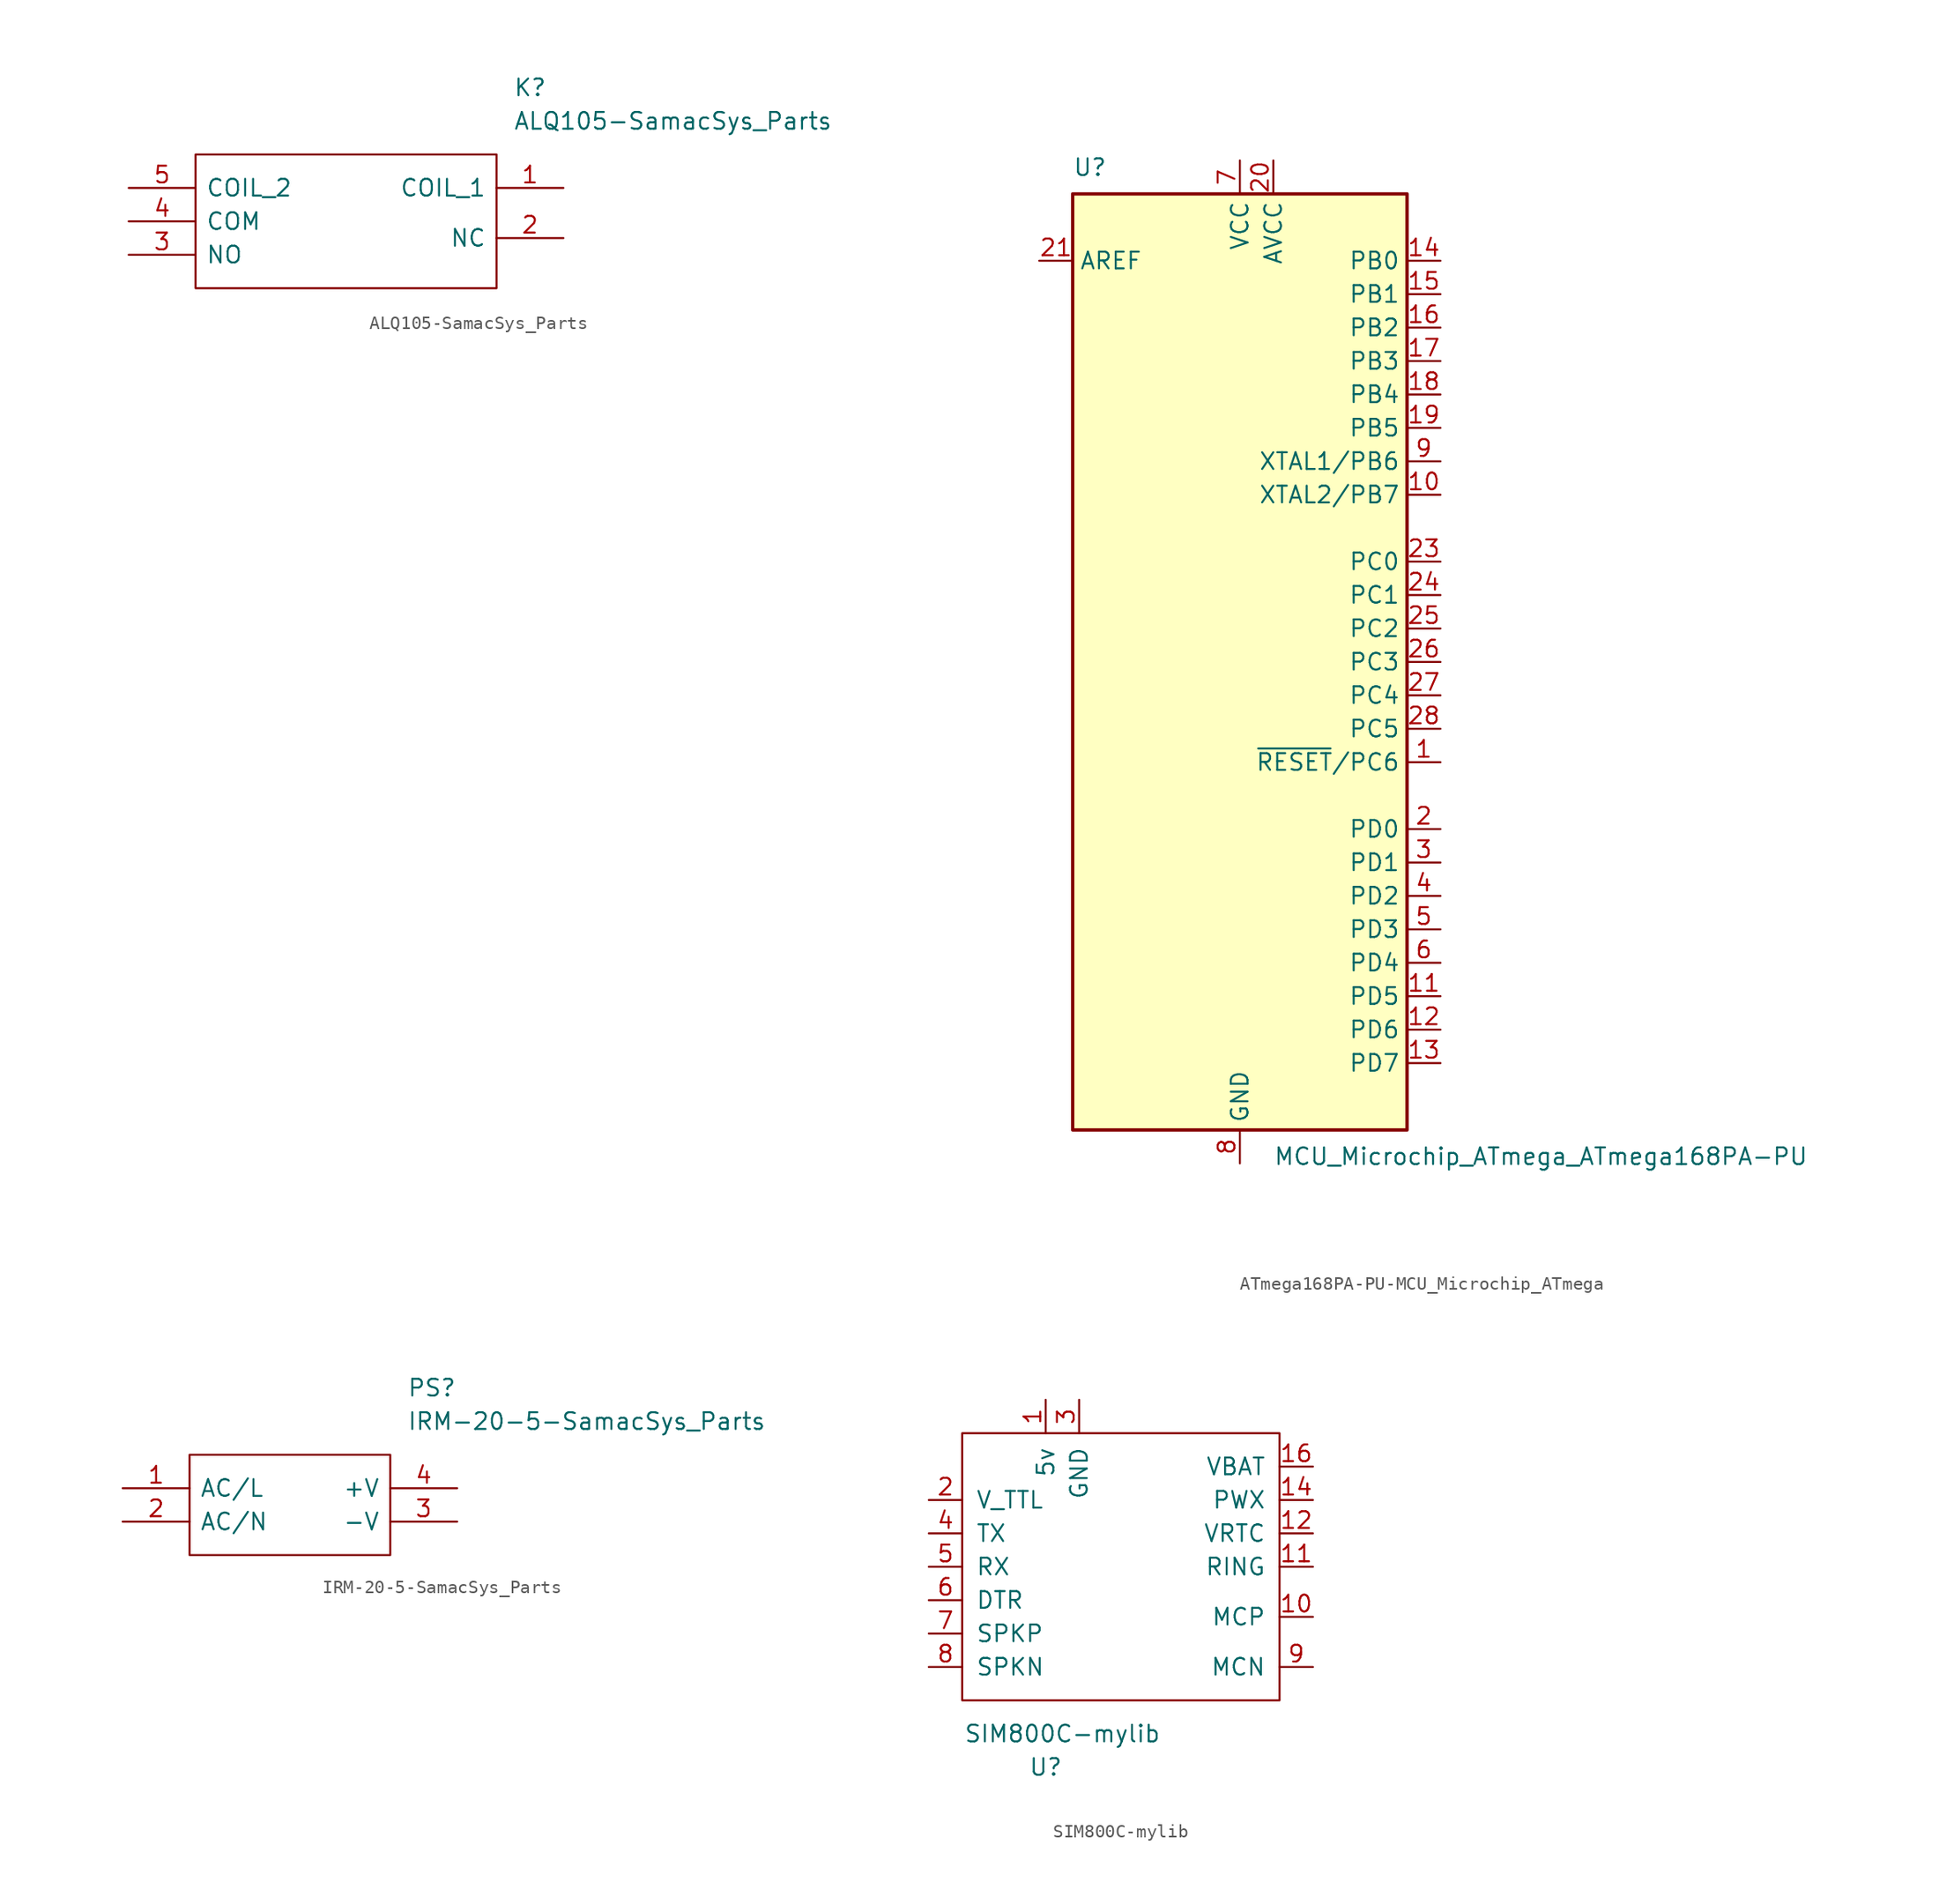
<source format=kicad_sym>
(kicad_symbol_lib
  (version 20220914)
  (generator kicad_symbol_editor)
  (symbol "ALQ105-SamacSys_Parts"
    (pin_names
      (offset 0.762))
    (property "Reference" "K"
      (at 29.21 7.62 0)
      (effects (font (size 1.27 1.27)) (justify left)))
    (property "Value" "ALQ105-SamacSys_Parts"
      (at 29.21 5.08 0)
      (effects (font (size 1.27 1.27)) (justify left)))
    (symbol "ALQ105-SamacSys_Parts_0_0"
      (pin passive line (at 33.02 0 180) (length 5.08) (name "COIL_1" (effects (font (size 1.27 1.27)))) (number "1" (effects (font (size 1.27 1.27)))))
      (pin passive line (at 0 -5.08 0) (length 5.08) (name "NO" (effects (font (size 1.27 1.27)))) (number "3" (effects (font (size 1.27 1.27)))))
      (pin passive line (at 0 -2.54 0) (length 5.08) (name "COM" (effects (font (size 1.27 1.27)))) (number "4" (effects (font (size 1.27 1.27)))))
      (pin passive line (at 0 0 0) (length 5.08) (name "COIL_2" (effects (font (size 1.27 1.27)))) (number "5" (effects (font (size 1.27 1.27))))))
    (symbol "ALQ105-SamacSys_Parts_0_1"
      (polyline (pts (xy 5.08 2.54) (xy 27.94 2.54) (xy 27.94 -7.62) (xy 5.08 -7.62) (xy 5.08 2.54)) (stroke (width 0.152) (type solid)) (fill (type none))))
    (symbol "ALQ105-SamacSys_Parts_1_1"
      (pin passive line (at 33.02 -3.81 180) (length 5.08) (name "NC" (effects (font (size 1.27 1.27)))) (number "2" (effects (font (size 1.27 1.27)))))))
  (symbol "ATmega168PA-PU-MCU_Microchip_ATmega"
    (property "Reference" "U"
      (at -12.7 36.83 0)
      (effects (font (size 1.27 1.27)) (justify left bottom)))
    (property "Value" "MCU_Microchip_ATmega_ATmega168PA-PU"
      (at 2.54 -36.83 0)
      (effects (font (size 1.27 1.27)) (justify left top)))
    (symbol "ATmega168PA-PU-MCU_Microchip_ATmega_0_1"
      (rectangle (start -12.7 -35.56) (end 12.7 35.56) (stroke (width 0.254) (type solid)) (fill (type background))))
    (symbol "ATmega168PA-PU-MCU_Microchip_ATmega_1_1"
      (pin bidirectional line (at 15.24 -7.62 180) (length 2.54) (name "~{RESET}/PC6" (effects (font (size 1.27 1.27)))) (number "1" (effects (font (size 1.27 1.27)))))
      (pin bidirectional line (at 15.24 12.7 180) (length 2.54) (name "XTAL2/PB7" (effects (font (size 1.27 1.27)))) (number "10" (effects (font (size 1.27 1.27)))))
      (pin bidirectional line (at 15.24 -25.4 180) (length 2.54) (name "PD5" (effects (font (size 1.27 1.27)))) (number "11" (effects (font (size 1.27 1.27)))))
      (pin bidirectional line (at 15.24 -27.94 180) (length 2.54) (name "PD6" (effects (font (size 1.27 1.27)))) (number "12" (effects (font (size 1.27 1.27)))))
      (pin bidirectional line (at 15.24 -30.48 180) (length 2.54) (name "PD7" (effects (font (size 1.27 1.27)))) (number "13" (effects (font (size 1.27 1.27)))))
      (pin bidirectional line (at 15.24 30.48 180) (length 2.54) (name "PB0" (effects (font (size 1.27 1.27)))) (number "14" (effects (font (size 1.27 1.27)))))
      (pin bidirectional line (at 15.24 27.94 180) (length 2.54) (name "PB1" (effects (font (size 1.27 1.27)))) (number "15" (effects (font (size 1.27 1.27)))))
      (pin bidirectional line (at 15.24 25.4 180) (length 2.54) (name "PB2" (effects (font (size 1.27 1.27)))) (number "16" (effects (font (size 1.27 1.27)))))
      (pin bidirectional line (at 15.24 22.86 180) (length 2.54) (name "PB3" (effects (font (size 1.27 1.27)))) (number "17" (effects (font (size 1.27 1.27)))))
      (pin bidirectional line (at 15.24 20.32 180) (length 2.54) (name "PB4" (effects (font (size 1.27 1.27)))) (number "18" (effects (font (size 1.27 1.27)))))
      (pin bidirectional line (at 15.24 17.78 180) (length 2.54) (name "PB5" (effects (font (size 1.27 1.27)))) (number "19" (effects (font (size 1.27 1.27)))))
      (pin bidirectional line (at 15.24 -12.7 180) (length 2.54) (name "PD0" (effects (font (size 1.27 1.27)))) (number "2" (effects (font (size 1.27 1.27)))))
      (pin power_in line (at 2.54 38.1 270) (length 2.54) (name "AVCC" (effects (font (size 1.27 1.27)))) (number "20" (effects (font (size 1.27 1.27)))))
      (pin passive line (at -15.24 30.48 0) (length 2.54) (name "AREF" (effects (font (size 1.27 1.27)))) (number "21" (effects (font (size 1.27 1.27)))))
      (pin passive line (at 0 -38.1 90) (length 2.54) hide (name "GND" (effects (font (size 1.27 1.27)))) (number "22" (effects (font (size 1.27 1.27)))))
      (pin bidirectional line (at 15.24 7.62 180) (length 2.54) (name "PC0" (effects (font (size 1.27 1.27)))) (number "23" (effects (font (size 1.27 1.27)))))
      (pin bidirectional line (at 15.24 5.08 180) (length 2.54) (name "PC1" (effects (font (size 1.27 1.27)))) (number "24" (effects (font (size 1.27 1.27)))))
      (pin bidirectional line (at 15.24 2.54 180) (length 2.54) (name "PC2" (effects (font (size 1.27 1.27)))) (number "25" (effects (font (size 1.27 1.27)))))
      (pin bidirectional line (at 15.24 0 180) (length 2.54) (name "PC3" (effects (font (size 1.27 1.27)))) (number "26" (effects (font (size 1.27 1.27)))))
      (pin bidirectional line (at 15.24 -2.54 180) (length 2.54) (name "PC4" (effects (font (size 1.27 1.27)))) (number "27" (effects (font (size 1.27 1.27)))))
      (pin bidirectional line (at 15.24 -5.08 180) (length 2.54) (name "PC5" (effects (font (size 1.27 1.27)))) (number "28" (effects (font (size 1.27 1.27)))))
      (pin bidirectional line (at 15.24 -15.24 180) (length 2.54) (name "PD1" (effects (font (size 1.27 1.27)))) (number "3" (effects (font (size 1.27 1.27)))))
      (pin bidirectional line (at 15.24 -17.78 180) (length 2.54) (name "PD2" (effects (font (size 1.27 1.27)))) (number "4" (effects (font (size 1.27 1.27)))))
      (pin bidirectional line (at 15.24 -20.32 180) (length 2.54) (name "PD3" (effects (font (size 1.27 1.27)))) (number "5" (effects (font (size 1.27 1.27)))))
      (pin bidirectional line (at 15.24 -22.86 180) (length 2.54) (name "PD4" (effects (font (size 1.27 1.27)))) (number "6" (effects (font (size 1.27 1.27)))))
      (pin power_in line (at 0 38.1 270) (length 2.54) (name "VCC" (effects (font (size 1.27 1.27)))) (number "7" (effects (font (size 1.27 1.27)))))
      (pin power_in line (at 0 -38.1 90) (length 2.54) (name "GND" (effects (font (size 1.27 1.27)))) (number "8" (effects (font (size 1.27 1.27)))))
      (pin bidirectional line (at 15.24 15.24 180) (length 2.54) (name "XTAL1/PB6" (effects (font (size 1.27 1.27)))) (number "9" (effects (font (size 1.27 1.27)))))))
  (symbol "IRM-20-5-SamacSys_Parts"
    (pin_names
      (offset 0.762))
    (property "Reference" "PS"
      (at 21.59 7.62 0)
      (effects (font (size 1.27 1.27)) (justify left)))
    (property "Value" "IRM-20-5-SamacSys_Parts"
      (at 21.59 5.08 0)
      (effects (font (size 1.27 1.27)) (justify left)))
    (symbol "IRM-20-5-SamacSys_Parts_0_0"
      (pin passive line (at 0 0 0) (length 5.08) (name "AC/L" (effects (font (size 1.27 1.27)))) (number "1" (effects (font (size 1.27 1.27)))))
      (pin passive line (at 0 -2.54 0) (length 5.08) (name "AC/N" (effects (font (size 1.27 1.27)))) (number "2" (effects (font (size 1.27 1.27)))))
      (pin passive line (at 25.4 -2.54 180) (length 5.08) (name "-V" (effects (font (size 1.27 1.27)))) (number "3" (effects (font (size 1.27 1.27)))))
      (pin passive line (at 25.4 0 180) (length 5.08) (name "+V" (effects (font (size 1.27 1.27)))) (number "4" (effects (font (size 1.27 1.27))))))
    (symbol "IRM-20-5-SamacSys_Parts_0_1"
      (polyline (pts (xy 5.08 2.54) (xy 20.32 2.54) (xy 20.32 -5.08) (xy 5.08 -5.08) (xy 5.08 2.54)) (stroke (width 0.152) (type solid)) (fill (type none)))))
  (symbol "SIM800C-mylib"
    (pin_names
      (offset 1.016))
    (property "Reference" "U"
      (at 16.51 -6.35 0)
      (effects (font (size 1.27 1.27))))
    (property "Value" "SIM800C-mylib"
      (at 17.78 -3.81 0)
      (effects (font (size 1.27 1.27))))
    (symbol "SIM800C-mylib_0_1"
      (rectangle (start 10.16 19.05) (end 34.29 -1.27) (stroke (width 0) (type solid)) (fill (type none))))
    (symbol "SIM800C-mylib_1_1"
      (pin power_in line (at 16.51 21.59 270) (length 2.54) (name "5v" (effects (font (size 1.27 1.27)))) (number "1" (effects (font (size 1.27 1.27)))))
      (pin output line (at 36.83 5.08 180) (length 2.54) (name "MCP" (effects (font (size 1.27 1.27)))) (number "10" (effects (font (size 1.27 1.27)))))
      (pin output line (at 36.83 8.89 180) (length 2.54) (name "RING" (effects (font (size 1.27 1.27)))) (number "11" (effects (font (size 1.27 1.27)))))
      (pin input line (at 36.83 11.43 180) (length 2.54) (name "VRTC" (effects (font (size 1.27 1.27)))) (number "12" (effects (font (size 1.27 1.27)))))
      (pin power_in line (at 21.59 21.59 270) (length 2.54) hide (name "GND" (effects (font (size 1.27 1.27)))) (number "13" (effects (font (size 1.27 1.27)))))
      (pin input line (at 36.83 13.97 180) (length 2.54) (name "PWX" (effects (font (size 1.27 1.27)))) (number "14" (effects (font (size 1.27 1.27)))))
      (pin power_in line (at 24.13 21.59 270) (length 2.54) hide (name "GND" (effects (font (size 1.27 1.27)))) (number "15" (effects (font (size 1.27 1.27)))))
      (pin power_out line (at 36.83 16.51 180) (length 2.54) (name "VBAT" (effects (font (size 1.27 1.27)))) (number "16" (effects (font (size 1.27 1.27)))))
      (pin input line (at 7.62 13.97 0) (length 2.54) (name "V_TTL" (effects (font (size 1.27 1.27)))) (number "2" (effects (font (size 1.27 1.27)))))
      (pin power_in line (at 19.05 21.59 270) (length 2.54) (name "GND" (effects (font (size 1.27 1.27)))) (number "3" (effects (font (size 1.27 1.27)))))
      (pin output line (at 7.62 11.43 0) (length 2.54) (name "TX" (effects (font (size 1.27 1.27)))) (number "4" (effects (font (size 1.27 1.27)))))
      (pin input line (at 7.62 8.89 0) (length 2.54) (name "RX" (effects (font (size 1.27 1.27)))) (number "5" (effects (font (size 1.27 1.27)))))
      (pin input line (at 7.62 6.35 0) (length 2.54) (name "DTR" (effects (font (size 1.27 1.27)))) (number "6" (effects (font (size 1.27 1.27)))))
      (pin output line (at 7.62 3.81 0) (length 2.54) (name "SPKP" (effects (font (size 1.27 1.27)))) (number "7" (effects (font (size 1.27 1.27)))))
      (pin output line (at 7.62 1.27 0) (length 2.54) (name "SPKN" (effects (font (size 1.27 1.27)))) (number "8" (effects (font (size 1.27 1.27)))))
      (pin output line (at 36.83 1.27 180) (length 2.54) (name "MCN" (effects (font (size 1.27 1.27)))) (number "9" (effects (font (size 1.27 1.27))))))))
</source>
